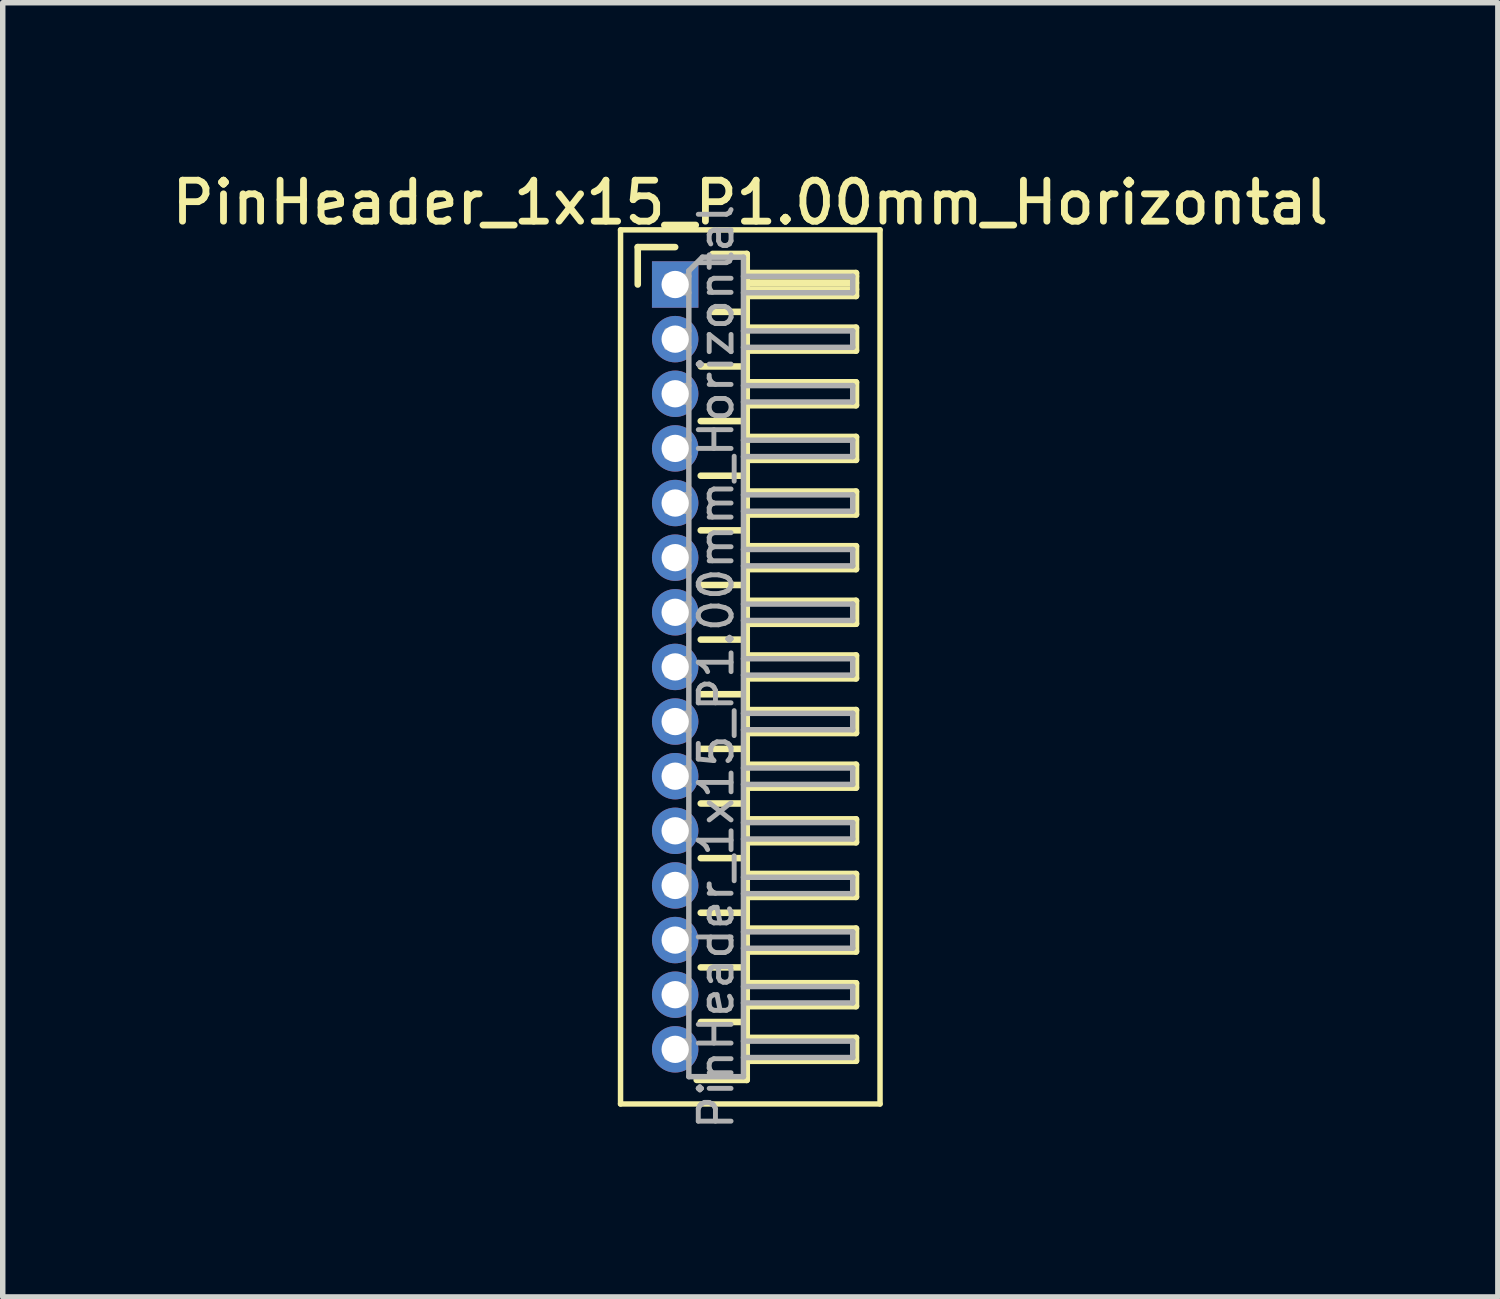
<source format=kicad_pcb>
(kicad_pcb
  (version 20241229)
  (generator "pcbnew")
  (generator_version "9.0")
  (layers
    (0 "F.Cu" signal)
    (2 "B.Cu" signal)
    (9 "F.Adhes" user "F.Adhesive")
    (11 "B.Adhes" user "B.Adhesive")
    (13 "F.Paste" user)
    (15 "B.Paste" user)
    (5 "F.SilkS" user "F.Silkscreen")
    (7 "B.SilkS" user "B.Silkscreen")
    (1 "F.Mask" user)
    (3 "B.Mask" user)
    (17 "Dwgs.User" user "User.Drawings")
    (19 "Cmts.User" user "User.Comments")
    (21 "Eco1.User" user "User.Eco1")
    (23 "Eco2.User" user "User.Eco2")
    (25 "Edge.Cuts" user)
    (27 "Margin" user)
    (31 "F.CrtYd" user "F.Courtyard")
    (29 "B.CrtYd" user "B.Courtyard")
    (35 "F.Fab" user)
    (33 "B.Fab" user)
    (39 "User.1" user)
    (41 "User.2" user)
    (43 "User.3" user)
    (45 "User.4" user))
  (footprint "PinHeader_1x15_P1.00mm_Horizontal"
    (layer "F.Cu")
    (at 9.309 2.158)
    (property "Reference" "PinHeader_1x15_P1.00mm_Horizontal" (at 1.375 -1.5 0) (layer "F.SilkS") (effects (font (size 0.75 0.75) (thickness 0.125))))
    (attr through_hole)
    (fp_line (start -1 -1) (end -1 15) (stroke (width 0.1) (type solid)) (layer "F.SilkS"))
    (fp_line (start -1 15) (end 3.75 15) (stroke (width 0.1) (type solid)) (layer "F.SilkS"))
    (fp_line (start -0.685 -0.685) (end 0 -0.685) (stroke (width 0.12) (type solid)) (layer "F.SilkS"))
    (fp_line (start -0.685 0) (end -0.685 -0.685) (stroke (width 0.12) (type solid)) (layer "F.SilkS"))
    (fp_line (start 0.468 1.5) (end 1.31 1.5) (stroke (width 0.12) (type solid)) (layer "F.SilkS"))
    (fp_line (start 0.468 2.5) (end 1.31 2.5) (stroke (width 0.12) (type solid)) (layer "F.SilkS"))
    (fp_line (start 0.468 3.5) (end 1.31 3.5) (stroke (width 0.12) (type solid)) (layer "F.SilkS"))
    (fp_line (start 0.468 4.5) (end 1.31 4.5) (stroke (width 0.12) (type solid)) (layer "F.SilkS"))
    (fp_line (start 0.468 5.5) (end 1.31 5.5) (stroke (width 0.12) (type solid)) (layer "F.SilkS"))
    (fp_line (start 0.468 6.5) (end 1.31 6.5) (stroke (width 0.12) (type solid)) (layer "F.SilkS"))
    (fp_line (start 0.468 7.5) (end 1.31 7.5) (stroke (width 0.12) (type solid)) (layer "F.SilkS"))
    (fp_line (start 0.468 8.5) (end 1.31 8.5) (stroke (width 0.12) (type solid)) (layer "F.SilkS"))
    (fp_line (start 0.468 9.5) (end 1.31 9.5) (stroke (width 0.12) (type solid)) (layer "F.SilkS"))
    (fp_line (start 0.468 10.5) (end 1.31 10.5) (stroke (width 0.12) (type solid)) (layer "F.SilkS"))
    (fp_line (start 0.468 11.5) (end 1.31 11.5) (stroke (width 0.12) (type solid)) (layer "F.SilkS"))
    (fp_line (start 0.468 12.5) (end 1.31 12.5) (stroke (width 0.12) (type solid)) (layer "F.SilkS"))
    (fp_line (start 0.468 13.5) (end 1.31 13.5) (stroke (width 0.12) (type solid)) (layer "F.SilkS"))
    (fp_line (start 0.685 -0.56) (end 1.31 -0.56) (stroke (width 0.12) (type solid)) (layer "F.SilkS"))
    (fp_line (start 0.685 0.5) (end 1.31 0.5) (stroke (width 0.12) (type solid)) (layer "F.SilkS"))
    (fp_line (start 1.31 -0.56) (end 1.31 14.56) (stroke (width 0.12) (type solid)) (layer "F.SilkS"))
    (fp_line (start 1.31 -0.21) (end 3.31 -0.21) (stroke (width 0.12) (type solid)) (layer "F.SilkS"))
    (fp_line (start 1.31 -0.15) (end 3.31 -0.15) (stroke (width 0.12) (type solid)) (layer "F.SilkS"))
    (fp_line (start 1.31 -0.03) (end 3.31 -0.03) (stroke (width 0.12) (type solid)) (layer "F.SilkS"))
    (fp_line (start 1.31 0.09) (end 3.31 0.09) (stroke (width 0.12) (type solid)) (layer "F.SilkS"))
    (fp_line (start 1.31 0.79) (end 3.31 0.79) (stroke (width 0.12) (type solid)) (layer "F.SilkS"))
    (fp_line (start 1.31 1.79) (end 3.31 1.79) (stroke (width 0.12) (type solid)) (layer "F.SilkS"))
    (fp_line (start 1.31 2.79) (end 3.31 2.79) (stroke (width 0.12) (type solid)) (layer "F.SilkS"))
    (fp_line (start 1.31 3.79) (end 3.31 3.79) (stroke (width 0.12) (type solid)) (layer "F.SilkS"))
    (fp_line (start 1.31 4.79) (end 3.31 4.79) (stroke (width 0.12) (type solid)) (layer "F.SilkS"))
    (fp_line (start 1.31 5.79) (end 3.31 5.79) (stroke (width 0.12) (type solid)) (layer "F.SilkS"))
    (fp_line (start 1.31 6.79) (end 3.31 6.79) (stroke (width 0.12) (type solid)) (layer "F.SilkS"))
    (fp_line (start 1.31 7.79) (end 3.31 7.79) (stroke (width 0.12) (type solid)) (layer "F.SilkS"))
    (fp_line (start 1.31 8.79) (end 3.31 8.79) (stroke (width 0.12) (type solid)) (layer "F.SilkS"))
    (fp_line (start 1.31 9.79) (end 3.31 9.79) (stroke (width 0.12) (type solid)) (layer "F.SilkS"))
    (fp_line (start 1.31 10.79) (end 3.31 10.79) (stroke (width 0.12) (type solid)) (layer "F.SilkS"))
    (fp_line (start 1.31 11.79) (end 3.31 11.79) (stroke (width 0.12) (type solid)) (layer "F.SilkS"))
    (fp_line (start 1.31 12.79) (end 3.31 12.79) (stroke (width 0.12) (type solid)) (layer "F.SilkS"))
    (fp_line (start 1.31 13.79) (end 3.31 13.79) (stroke (width 0.12) (type solid)) (layer "F.SilkS"))
    (fp_line (start 1.31 14.56) (end 0.394 14.56) (stroke (width 0.12) (type solid)) (layer "F.SilkS"))
    (fp_line (start 3.31 -0.21) (end 3.31 0.21) (stroke (width 0.12) (type solid)) (layer "F.SilkS"))
    (fp_line (start 3.31 0.21) (end 1.31 0.21) (stroke (width 0.12) (type solid)) (layer "F.SilkS"))
    (fp_line (start 3.31 0.79) (end 3.31 1.21) (stroke (width 0.12) (type solid)) (layer "F.SilkS"))
    (fp_line (start 3.31 1.21) (end 1.31 1.21) (stroke (width 0.12) (type solid)) (layer "F.SilkS"))
    (fp_line (start 3.31 1.79) (end 3.31 2.21) (stroke (width 0.12) (type solid)) (layer "F.SilkS"))
    (fp_line (start 3.31 2.21) (end 1.31 2.21) (stroke (width 0.12) (type solid)) (layer "F.SilkS"))
    (fp_line (start 3.31 2.79) (end 3.31 3.21) (stroke (width 0.12) (type solid)) (layer "F.SilkS"))
    (fp_line (start 3.31 3.21) (end 1.31 3.21) (stroke (width 0.12) (type solid)) (layer "F.SilkS"))
    (fp_line (start 3.31 3.79) (end 3.31 4.21) (stroke (width 0.12) (type solid)) (layer "F.SilkS"))
    (fp_line (start 3.31 4.21) (end 1.31 4.21) (stroke (width 0.12) (type solid)) (layer "F.SilkS"))
    (fp_line (start 3.31 4.79) (end 3.31 5.21) (stroke (width 0.12) (type solid)) (layer "F.SilkS"))
    (fp_line (start 3.31 5.21) (end 1.31 5.21) (stroke (width 0.12) (type solid)) (layer "F.SilkS"))
    (fp_line (start 3.31 5.79) (end 3.31 6.21) (stroke (width 0.12) (type solid)) (layer "F.SilkS"))
    (fp_line (start 3.31 6.21) (end 1.31 6.21) (stroke (width 0.12) (type solid)) (layer "F.SilkS"))
    (fp_line (start 3.31 6.79) (end 3.31 7.21) (stroke (width 0.12) (type solid)) (layer "F.SilkS"))
    (fp_line (start 3.31 7.21) (end 1.31 7.21) (stroke (width 0.12) (type solid)) (layer "F.SilkS"))
    (fp_line (start 3.31 7.79) (end 3.31 8.21) (stroke (width 0.12) (type solid)) (layer "F.SilkS"))
    (fp_line (start 3.31 8.21) (end 1.31 8.21) (stroke (width 0.12) (type solid)) (layer "F.SilkS"))
    (fp_line (start 3.31 8.79) (end 3.31 9.21) (stroke (width 0.12) (type solid)) (layer "F.SilkS"))
    (fp_line (start 3.31 9.21) (end 1.31 9.21) (stroke (width 0.12) (type solid)) (layer "F.SilkS"))
    (fp_line (start 3.31 9.79) (end 3.31 10.21) (stroke (width 0.12) (type solid)) (layer "F.SilkS"))
    (fp_line (start 3.31 10.21) (end 1.31 10.21) (stroke (width 0.12) (type solid)) (layer "F.SilkS"))
    (fp_line (start 3.31 10.79) (end 3.31 11.21) (stroke (width 0.12) (type solid)) (layer "F.SilkS"))
    (fp_line (start 3.31 11.21) (end 1.31 11.21) (stroke (width 0.12) (type solid)) (layer "F.SilkS"))
    (fp_line (start 3.31 11.79) (end 3.31 12.21) (stroke (width 0.12) (type solid)) (layer "F.SilkS"))
    (fp_line (start 3.31 12.21) (end 1.31 12.21) (stroke (width 0.12) (type solid)) (layer "F.SilkS"))
    (fp_line (start 3.31 12.79) (end 3.31 13.21) (stroke (width 0.12) (type solid)) (layer "F.SilkS"))
    (fp_line (start 3.31 13.21) (end 1.31 13.21) (stroke (width 0.12) (type solid)) (layer "F.SilkS"))
    (fp_line (start 3.31 13.79) (end 3.31 14.21) (stroke (width 0.12) (type solid)) (layer "F.SilkS"))
    (fp_line (start 3.31 14.21) (end 1.31 14.21) (stroke (width 0.12) (type solid)) (layer "F.SilkS"))
    (fp_line (start 3.75 -1) (end -1 -1) (stroke (width 0.1) (type solid)) (layer "F.SilkS"))
    (fp_line (start 3.75 15) (end 3.75 -1) (stroke (width 0.1) (type solid)) (layer "F.SilkS"))
    (fp_line (start -0.15 -0.15) (end -0.15 0.15) (stroke (width 0.1) (type solid)) (layer "F.Fab"))
    (fp_line (start -0.15 -0.15) (end 0.25 -0.15) (stroke (width 0.1) (type solid)) (layer "F.Fab"))
    (fp_line (start -0.15 0.15) (end 0.25 0.15) (stroke (width 0.1) (type solid)) (layer "F.Fab"))
    (fp_line (start -0.15 0.85) (end -0.15 1.15) (stroke (width 0.1) (type solid)) (layer "F.Fab"))
    (fp_line (start -0.15 0.85) (end 0.25 0.85) (stroke (width 0.1) (type solid)) (layer "F.Fab"))
    (fp_line (start -0.15 1.15) (end 0.25 1.15) (stroke (width 0.1) (type solid)) (layer "F.Fab"))
    (fp_line (start -0.15 1.85) (end -0.15 2.15) (stroke (width 0.1) (type solid)) (layer "F.Fab"))
    (fp_line (start -0.15 1.85) (end 0.25 1.85) (stroke (width 0.1) (type solid)) (layer "F.Fab"))
    (fp_line (start -0.15 2.15) (end 0.25 2.15) (stroke (width 0.1) (type solid)) (layer "F.Fab"))
    (fp_line (start -0.15 2.85) (end -0.15 3.15) (stroke (width 0.1) (type solid)) (layer "F.Fab"))
    (fp_line (start -0.15 2.85) (end 0.25 2.85) (stroke (width 0.1) (type solid)) (layer "F.Fab"))
    (fp_line (start -0.15 3.15) (end 0.25 3.15) (stroke (width 0.1) (type solid)) (layer "F.Fab"))
    (fp_line (start -0.15 3.85) (end -0.15 4.15) (stroke (width 0.1) (type solid)) (layer "F.Fab"))
    (fp_line (start -0.15 3.85) (end 0.25 3.85) (stroke (width 0.1) (type solid)) (layer "F.Fab"))
    (fp_line (start -0.15 4.15) (end 0.25 4.15) (stroke (width 0.1) (type solid)) (layer "F.Fab"))
    (fp_line (start -0.15 4.85) (end -0.15 5.15) (stroke (width 0.1) (type solid)) (layer "F.Fab"))
    (fp_line (start -0.15 4.85) (end 0.25 4.85) (stroke (width 0.1) (type solid)) (layer "F.Fab"))
    (fp_line (start -0.15 5.15) (end 0.25 5.15) (stroke (width 0.1) (type solid)) (layer "F.Fab"))
    (fp_line (start -0.15 5.85) (end -0.15 6.15) (stroke (width 0.1) (type solid)) (layer "F.Fab"))
    (fp_line (start -0.15 5.85) (end 0.25 5.85) (stroke (width 0.1) (type solid)) (layer "F.Fab"))
    (fp_line (start -0.15 6.15) (end 0.25 6.15) (stroke (width 0.1) (type solid)) (layer "F.Fab"))
    (fp_line (start -0.15 6.85) (end -0.15 7.15) (stroke (width 0.1) (type solid)) (layer "F.Fab"))
    (fp_line (start -0.15 6.85) (end 0.25 6.85) (stroke (width 0.1) (type solid)) (layer "F.Fab"))
    (fp_line (start -0.15 7.15) (end 0.25 7.15) (stroke (width 0.1) (type solid)) (layer "F.Fab"))
    (fp_line (start -0.15 7.85) (end -0.15 8.15) (stroke (width 0.1) (type solid)) (layer "F.Fab"))
    (fp_line (start -0.15 7.85) (end 0.25 7.85) (stroke (width 0.1) (type solid)) (layer "F.Fab"))
    (fp_line (start -0.15 8.15) (end 0.25 8.15) (stroke (width 0.1) (type solid)) (layer "F.Fab"))
    (fp_line (start -0.15 8.85) (end -0.15 9.15) (stroke (width 0.1) (type solid)) (layer "F.Fab"))
    (fp_line (start -0.15 8.85) (end 0.25 8.85) (stroke (width 0.1) (type solid)) (layer "F.Fab"))
    (fp_line (start -0.15 9.15) (end 0.25 9.15) (stroke (width 0.1) (type solid)) (layer "F.Fab"))
    (fp_line (start -0.15 9.85) (end -0.15 10.15) (stroke (width 0.1) (type solid)) (layer "F.Fab"))
    (fp_line (start -0.15 9.85) (end 0.25 9.85) (stroke (width 0.1) (type solid)) (layer "F.Fab"))
    (fp_line (start -0.15 10.15) (end 0.25 10.15) (stroke (width 0.1) (type solid)) (layer "F.Fab"))
    (fp_line (start -0.15 10.85) (end -0.15 11.15) (stroke (width 0.1) (type solid)) (layer "F.Fab"))
    (fp_line (start -0.15 10.85) (end 0.25 10.85) (stroke (width 0.1) (type solid)) (layer "F.Fab"))
    (fp_line (start -0.15 11.15) (end 0.25 11.15) (stroke (width 0.1) (type solid)) (layer "F.Fab"))
    (fp_line (start -0.15 11.85) (end -0.15 12.15) (stroke (width 0.1) (type solid)) (layer "F.Fab"))
    (fp_line (start -0.15 11.85) (end 0.25 11.85) (stroke (width 0.1) (type solid)) (layer "F.Fab"))
    (fp_line (start -0.15 12.15) (end 0.25 12.15) (stroke (width 0.1) (type solid)) (layer "F.Fab"))
    (fp_line (start -0.15 12.85) (end -0.15 13.15) (stroke (width 0.1) (type solid)) (layer "F.Fab"))
    (fp_line (start -0.15 12.85) (end 0.25 12.85) (stroke (width 0.1) (type solid)) (layer "F.Fab"))
    (fp_line (start -0.15 13.15) (end 0.25 13.15) (stroke (width 0.1) (type solid)) (layer "F.Fab"))
    (fp_line (start -0.15 13.85) (end -0.15 14.15) (stroke (width 0.1) (type solid)) (layer "F.Fab"))
    (fp_line (start -0.15 13.85) (end 0.25 13.85) (stroke (width 0.1) (type solid)) (layer "F.Fab"))
    (fp_line (start -0.15 14.15) (end 0.25 14.15) (stroke (width 0.1) (type solid)) (layer "F.Fab"))
    (fp_line (start 0.25 -0.25) (end 0.5 -0.5) (stroke (width 0.1) (type solid)) (layer "F.Fab"))
    (fp_line (start 0.25 14.5) (end 0.25 -0.25) (stroke (width 0.1) (type solid)) (layer "F.Fab"))
    (fp_line (start 0.5 -0.5) (end 1.25 -0.5) (stroke (width 0.1) (type solid)) (layer "F.Fab"))
    (fp_line (start 1.25 -0.5) (end 1.25 14.5) (stroke (width 0.1) (type solid)) (layer "F.Fab"))
    (fp_line (start 1.25 -0.15) (end 3.25 -0.15) (stroke (width 0.1) (type solid)) (layer "F.Fab"))
    (fp_line (start 1.25 0.15) (end 3.25 0.15) (stroke (width 0.1) (type solid)) (layer "F.Fab"))
    (fp_line (start 1.25 0.85) (end 3.25 0.85) (stroke (width 0.1) (type solid)) (layer "F.Fab"))
    (fp_line (start 1.25 1.15) (end 3.25 1.15) (stroke (width 0.1) (type solid)) (layer "F.Fab"))
    (fp_line (start 1.25 1.85) (end 3.25 1.85) (stroke (width 0.1) (type solid)) (layer "F.Fab"))
    (fp_line (start 1.25 2.15) (end 3.25 2.15) (stroke (width 0.1) (type solid)) (layer "F.Fab"))
    (fp_line (start 1.25 2.85) (end 3.25 2.85) (stroke (width 0.1) (type solid)) (layer "F.Fab"))
    (fp_line (start 1.25 3.15) (end 3.25 3.15) (stroke (width 0.1) (type solid)) (layer "F.Fab"))
    (fp_line (start 1.25 3.85) (end 3.25 3.85) (stroke (width 0.1) (type solid)) (layer "F.Fab"))
    (fp_line (start 1.25 4.15) (end 3.25 4.15) (stroke (width 0.1) (type solid)) (layer "F.Fab"))
    (fp_line (start 1.25 4.85) (end 3.25 4.85) (stroke (width 0.1) (type solid)) (layer "F.Fab"))
    (fp_line (start 1.25 5.15) (end 3.25 5.15) (stroke (width 0.1) (type solid)) (layer "F.Fab"))
    (fp_line (start 1.25 5.85) (end 3.25 5.85) (stroke (width 0.1) (type solid)) (layer "F.Fab"))
    (fp_line (start 1.25 6.15) (end 3.25 6.15) (stroke (width 0.1) (type solid)) (layer "F.Fab"))
    (fp_line (start 1.25 6.85) (end 3.25 6.85) (stroke (width 0.1) (type solid)) (layer "F.Fab"))
    (fp_line (start 1.25 7.15) (end 3.25 7.15) (stroke (width 0.1) (type solid)) (layer "F.Fab"))
    (fp_line (start 1.25 7.85) (end 3.25 7.85) (stroke (width 0.1) (type solid)) (layer "F.Fab"))
    (fp_line (start 1.25 8.15) (end 3.25 8.15) (stroke (width 0.1) (type solid)) (layer "F.Fab"))
    (fp_line (start 1.25 8.85) (end 3.25 8.85) (stroke (width 0.1) (type solid)) (layer "F.Fab"))
    (fp_line (start 1.25 9.15) (end 3.25 9.15) (stroke (width 0.1) (type solid)) (layer "F.Fab"))
    (fp_line (start 1.25 9.85) (end 3.25 9.85) (stroke (width 0.1) (type solid)) (layer "F.Fab"))
    (fp_line (start 1.25 10.15) (end 3.25 10.15) (stroke (width 0.1) (type solid)) (layer "F.Fab"))
    (fp_line (start 1.25 10.85) (end 3.25 10.85) (stroke (width 0.1) (type solid)) (layer "F.Fab"))
    (fp_line (start 1.25 11.15) (end 3.25 11.15) (stroke (width 0.1) (type solid)) (layer "F.Fab"))
    (fp_line (start 1.25 11.85) (end 3.25 11.85) (stroke (width 0.1) (type solid)) (layer "F.Fab"))
    (fp_line (start 1.25 12.15) (end 3.25 12.15) (stroke (width 0.1) (type solid)) (layer "F.Fab"))
    (fp_line (start 1.25 12.85) (end 3.25 12.85) (stroke (width 0.1) (type solid)) (layer "F.Fab"))
    (fp_line (start 1.25 13.15) (end 3.25 13.15) (stroke (width 0.1) (type solid)) (layer "F.Fab"))
    (fp_line (start 1.25 13.85) (end 3.25 13.85) (stroke (width 0.1) (type solid)) (layer "F.Fab"))
    (fp_line (start 1.25 14.15) (end 3.25 14.15) (stroke (width 0.1) (type solid)) (layer "F.Fab"))
    (fp_line (start 1.25 14.5) (end 0.25 14.5) (stroke (width 0.1) (type solid)) (layer "F.Fab"))
    (fp_line (start 3.25 -0.15) (end 3.25 0.15) (stroke (width 0.1) (type solid)) (layer "F.Fab"))
    (fp_line (start 3.25 0.85) (end 3.25 1.15) (stroke (width 0.1) (type solid)) (layer "F.Fab"))
    (fp_line (start 3.25 1.85) (end 3.25 2.15) (stroke (width 0.1) (type solid)) (layer "F.Fab"))
    (fp_line (start 3.25 2.85) (end 3.25 3.15) (stroke (width 0.1) (type solid)) (layer "F.Fab"))
    (fp_line (start 3.25 3.85) (end 3.25 4.15) (stroke (width 0.1) (type solid)) (layer "F.Fab"))
    (fp_line (start 3.25 4.85) (end 3.25 5.15) (stroke (width 0.1) (type solid)) (layer "F.Fab"))
    (fp_line (start 3.25 5.85) (end 3.25 6.15) (stroke (width 0.1) (type solid)) (layer "F.Fab"))
    (fp_line (start 3.25 6.85) (end 3.25 7.15) (stroke (width 0.1) (type solid)) (layer "F.Fab"))
    (fp_line (start 3.25 7.85) (end 3.25 8.15) (stroke (width 0.1) (type solid)) (layer "F.Fab"))
    (fp_line (start 3.25 8.85) (end 3.25 9.15) (stroke (width 0.1) (type solid)) (layer "F.Fab"))
    (fp_line (start 3.25 9.85) (end 3.25 10.15) (stroke (width 0.1) (type solid)) (layer "F.Fab"))
    (fp_line (start 3.25 10.85) (end 3.25 11.15) (stroke (width 0.1) (type solid)) (layer "F.Fab"))
    (fp_line (start 3.25 11.85) (end 3.25 12.15) (stroke (width 0.1) (type solid)) (layer "F.Fab"))
    (fp_line (start 3.25 12.85) (end 3.25 13.15) (stroke (width 0.1) (type solid)) (layer "F.Fab"))
    (fp_line (start 3.25 13.85) (end 3.25 14.15) (stroke (width 0.1) (type solid)) (layer "F.Fab"))
    (fp_text user "${REFERENCE}" (at 0.75 7 90) (layer "F.Fab") (effects (font (size 0.6 0.6) (thickness 0.09))))
    (pad "1" thru_hole rect (at 0 0) (size 0.85 0.85) (drill 0.5) (layers "*.Cu" "*.Mask"))
    (pad "2" thru_hole oval (at 0 1) (size 0.85 0.85) (drill 0.5) (layers "*.Cu" "*.Mask"))
    (pad "3" thru_hole oval (at 0 2) (size 0.85 0.85) (drill 0.5) (layers "*.Cu" "*.Mask"))
    (pad "4" thru_hole oval (at 0 3) (size 0.85 0.85) (drill 0.5) (layers "*.Cu" "*.Mask"))
    (pad "5" thru_hole oval (at 0 4) (size 0.85 0.85) (drill 0.5) (layers "*.Cu" "*.Mask"))
    (pad "6" thru_hole oval (at 0 5) (size 0.85 0.85) (drill 0.5) (layers "*.Cu" "*.Mask"))
    (pad "7" thru_hole oval (at 0 6) (size 0.85 0.85) (drill 0.5) (layers "*.Cu" "*.Mask"))
    (pad "8" thru_hole oval (at 0 7) (size 0.85 0.85) (drill 0.5) (layers "*.Cu" "*.Mask"))
    (pad "9" thru_hole oval (at 0 8) (size 0.85 0.85) (drill 0.5) (layers "*.Cu" "*.Mask"))
    (pad "10" thru_hole oval (at 0 9) (size 0.85 0.85) (drill 0.5) (layers "*.Cu" "*.Mask"))
    (pad "11" thru_hole oval (at 0 10) (size 0.85 0.85) (drill 0.5) (layers "*.Cu" "*.Mask"))
    (pad "12" thru_hole oval (at 0 11) (size 0.85 0.85) (drill 0.5) (layers "*.Cu" "*.Mask"))
    (pad "13" thru_hole oval (at 0 12) (size 0.85 0.85) (drill 0.5) (layers "*.Cu" "*.Mask"))
    (pad "14" thru_hole oval (at 0 13) (size 0.85 0.85) (drill 0.5) (layers "*.Cu" "*.Mask"))
    (pad "15" thru_hole oval (at 0 14) (size 0.85 0.85) (drill 0.5) (layers "*.Cu" "*.Mask")))
  (gr_rect
    (start -3 -3)
    (end 24.368 20.69)
    (stroke (width 0.1) (type default))
    (fill no)
    (layer "Edge.Cuts")))
</source>
